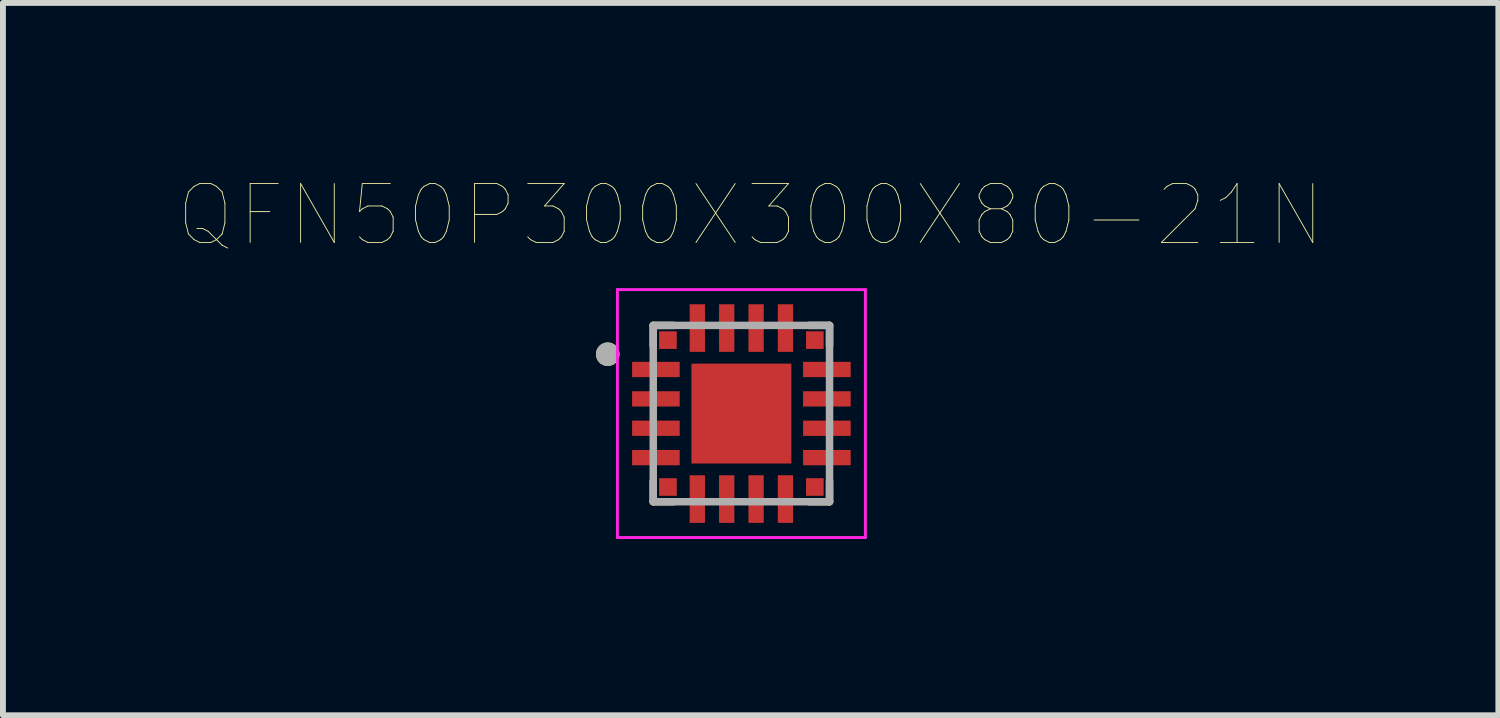
<source format=kicad_pcb>
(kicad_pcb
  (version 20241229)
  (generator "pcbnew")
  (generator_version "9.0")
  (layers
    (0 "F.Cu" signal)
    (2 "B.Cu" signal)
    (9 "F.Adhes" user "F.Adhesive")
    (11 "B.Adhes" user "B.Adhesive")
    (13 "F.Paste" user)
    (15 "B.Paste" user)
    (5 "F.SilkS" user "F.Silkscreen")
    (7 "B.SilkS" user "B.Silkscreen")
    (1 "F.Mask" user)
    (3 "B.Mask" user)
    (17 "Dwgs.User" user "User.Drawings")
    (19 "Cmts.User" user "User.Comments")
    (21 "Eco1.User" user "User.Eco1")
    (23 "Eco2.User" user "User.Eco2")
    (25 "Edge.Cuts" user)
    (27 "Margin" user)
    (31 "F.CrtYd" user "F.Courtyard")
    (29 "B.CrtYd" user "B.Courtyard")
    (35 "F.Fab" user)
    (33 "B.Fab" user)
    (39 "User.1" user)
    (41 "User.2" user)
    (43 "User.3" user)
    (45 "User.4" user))
  (footprint "QFN50P300X300X80-21N"
    (layer "F.Cu")
    (at 9.567 3.988)
    (property "Reference" "QFN50P300X300X80-21N" (at 0.157 -3.375 0) (layer "F.SilkS") (effects (font (size 1.002 1.002) (thickness 0.015))))
    (attr through_hole)
    (fp_line (start -1.5 -1.5) (end -1.5 -1.15) (stroke (width 0.127) (type solid)) (layer "F.SilkS"))
    (fp_line (start -1.5 -1.5) (end -1.15 -1.5) (stroke (width 0.127) (type solid)) (layer "F.SilkS"))
    (fp_line (start -1.5 1.5) (end -1.5 1.15) (stroke (width 0.127) (type solid)) (layer "F.SilkS"))
    (fp_line (start -1.5 1.5) (end -1.15 1.5) (stroke (width 0.127) (type solid)) (layer "F.SilkS"))
    (fp_line (start 1.5 -1.5) (end 1.15 -1.5) (stroke (width 0.127) (type solid)) (layer "F.SilkS"))
    (fp_line (start 1.5 -1.5) (end 1.5 -1.15) (stroke (width 0.127) (type solid)) (layer "F.SilkS"))
    (fp_line (start 1.5 1.5) (end 1.15 1.5) (stroke (width 0.127) (type solid)) (layer "F.SilkS"))
    (fp_line (start 1.5 1.5) (end 1.5 1.15) (stroke (width 0.127) (type solid)) (layer "F.SilkS"))
    (fp_circle (center -2.275 -1.01) (end -2.175 -1.01) (stroke (width 0.2) (type solid)) (fill no) (layer "F.SilkS"))
    (fp_poly (pts (xy -0.541 -0.54) (xy 0.54 -0.54) (xy 0.54 0.541) (xy -0.541 0.541)) (stroke (width 0.01) (type solid)) (fill yes) (layer "F.Paste"))
    (fp_line (start -2.11 -2.11) (end 2.11 -2.11) (stroke (width 0.05) (type solid)) (layer "F.CrtYd"))
    (fp_line (start -2.11 2.11) (end -2.11 -2.11) (stroke (width 0.05) (type solid)) (layer "F.CrtYd"))
    (fp_line (start -2.11 2.11) (end 2.11 2.11) (stroke (width 0.05) (type solid)) (layer "F.CrtYd"))
    (fp_line (start 2.11 2.11) (end 2.11 -2.11) (stroke (width 0.05) (type solid)) (layer "F.CrtYd"))
    (fp_line (start -1.5 1.5) (end -1.5 -1.5) (stroke (width 0.127) (type solid)) (layer "F.Fab"))
    (fp_line (start 1.5 -1.5) (end -1.5 -1.5) (stroke (width 0.127) (type solid)) (layer "F.Fab"))
    (fp_line (start 1.5 1.5) (end -1.5 1.5) (stroke (width 0.127) (type solid)) (layer "F.Fab"))
    (fp_line (start 1.5 1.5) (end 1.5 -1.5) (stroke (width 0.127) (type solid)) (layer "F.Fab"))
    (fp_circle (center -2.275 -1.01) (end -2.175 -1.01) (stroke (width 0.2) (type solid)) (fill no) (layer "F.Fab"))
    (pad "1" smd rect (at -1.25 -1.25) (size 0.3 0.3) (layers "F.Cu" "F.Mask" "F.Paste"))
    (pad "2" smd rect (at -1.455 -0.75) (size 0.81 0.26) (layers "F.Cu" "F.Mask" "F.Paste"))
    (pad "3" smd rect (at -1.455 -0.25) (size 0.81 0.26) (layers "F.Cu" "F.Mask" "F.Paste"))
    (pad "4" smd rect (at -1.455 0.25) (size 0.81 0.26) (layers "F.Cu" "F.Mask" "F.Paste"))
    (pad "5" smd rect (at -1.455 0.75) (size 0.81 0.26) (layers "F.Cu" "F.Mask" "F.Paste"))
    (pad "6" smd rect (at -1.25 1.25) (size 0.3 0.3) (layers "F.Cu" "F.Mask" "F.Paste"))
    (pad "7" smd rect (at -0.75 1.455) (size 0.26 0.81) (layers "F.Cu" "F.Mask" "F.Paste"))
    (pad "8" smd rect (at -0.25 1.455) (size 0.26 0.81) (layers "F.Cu" "F.Mask" "F.Paste"))
    (pad "9" smd rect (at 0.25 1.455) (size 0.26 0.81) (layers "F.Cu" "F.Mask" "F.Paste"))
    (pad "10" smd rect (at 0.75 1.455) (size 0.26 0.81) (layers "F.Cu" "F.Mask" "F.Paste"))
    (pad "11" smd rect (at 1.25 1.25) (size 0.3 0.3) (layers "F.Cu" "F.Mask" "F.Paste"))
    (pad "12" smd rect (at 1.455 0.75) (size 0.81 0.26) (layers "F.Cu" "F.Mask" "F.Paste"))
    (pad "13" smd rect (at 1.455 0.25) (size 0.81 0.26) (layers "F.Cu" "F.Mask" "F.Paste"))
    (pad "14" smd rect (at 1.455 -0.25) (size 0.81 0.26) (layers "F.Cu" "F.Mask" "F.Paste"))
    (pad "15" smd rect (at 1.455 -0.75) (size 0.81 0.26) (layers "F.Cu" "F.Mask" "F.Paste"))
    (pad "16" smd rect (at 1.25 -1.25) (size 0.3 0.3) (layers "F.Cu" "F.Mask" "F.Paste"))
    (pad "17" smd rect (at 0.75 -1.455) (size 0.26 0.81) (layers "F.Cu" "F.Mask" "F.Paste"))
    (pad "18" smd rect (at 0.25 -1.455) (size 0.26 0.81) (layers "F.Cu" "F.Mask" "F.Paste"))
    (pad "19" smd rect (at -0.25 -1.455) (size 0.26 0.81) (layers "F.Cu" "F.Mask" "F.Paste"))
    (pad "20" smd rect (at -0.75 -1.455) (size 0.26 0.81) (layers "F.Cu" "F.Mask" "F.Paste"))
    (pad "21" smd rect (at 0 0) (size 1.7 1.7) (layers "F.Cu" "F.Mask")))
  (gr_rect
    (start -3 -3)
    (end 22.449 9.123)
    (stroke (width 0.1) (type default))
    (fill no)
    (layer "Edge.Cuts")))
</source>
